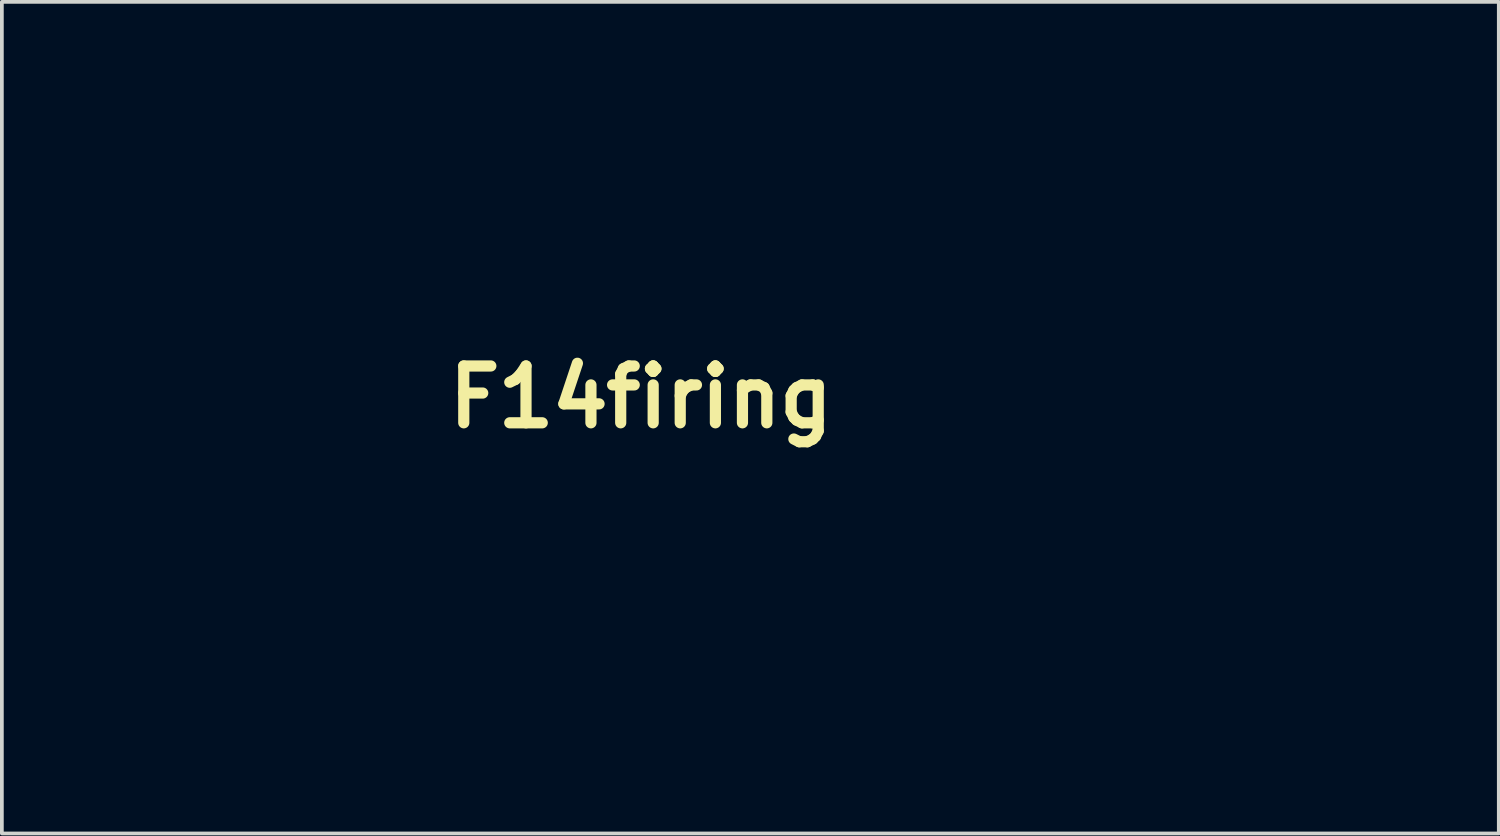
<source format=kicad_pcb>
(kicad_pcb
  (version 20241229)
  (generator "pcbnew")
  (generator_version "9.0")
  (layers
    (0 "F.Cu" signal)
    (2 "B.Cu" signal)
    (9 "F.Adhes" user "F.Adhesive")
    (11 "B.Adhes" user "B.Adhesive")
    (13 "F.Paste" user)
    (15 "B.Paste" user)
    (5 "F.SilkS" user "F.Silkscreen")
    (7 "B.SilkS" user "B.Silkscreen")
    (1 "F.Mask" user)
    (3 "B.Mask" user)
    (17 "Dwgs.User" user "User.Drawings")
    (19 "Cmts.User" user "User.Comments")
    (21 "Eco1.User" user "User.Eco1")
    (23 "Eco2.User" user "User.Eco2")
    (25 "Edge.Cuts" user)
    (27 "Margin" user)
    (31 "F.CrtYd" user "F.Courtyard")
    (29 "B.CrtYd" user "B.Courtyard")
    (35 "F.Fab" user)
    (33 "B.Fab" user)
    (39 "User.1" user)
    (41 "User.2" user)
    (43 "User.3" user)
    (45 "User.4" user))
  (footprint "F14firing"
    (layer "F.Cu")
    (at 14.143 7.601)
    (property "Reference" "F14firing" (at 0 0 0) (layer "F.SilkS") (effects (font (size 1.524 1.524) (thickness 0.3))))
    (attr board_only exclude_from_pos_files exclude_from_bom)
    (fp_poly (pts (xy 18.43 3.61) (xy 18.505 3.614) (xy 18.569 3.622) (xy 18.633 3.637) (xy 18.708 3.66) (xy 18.782 3.685) (xy 18.857 3.712) (xy 18.922 3.737) (xy 18.969 3.756) (xy 18.992 3.767) (xy 18.993 3.767) (xy 19.017 3.779) (xy 19.06 3.796) (xy 19.098 3.809) (xy 19.168 3.833) (xy 19.241 3.862) (xy 19.271 3.875) (xy 19.385 3.91) (xy 19.512 3.924) (xy 19.64 3.916) (xy 19.683 3.907) (xy 19.761 3.893) (xy 19.847 3.884) (xy 19.899 3.882) (xy 20.008 3.881) (xy 20.008 6.49) (xy 19.842 6.525) (xy 19.744 6.545) (xy 19.663 6.56) (xy 19.591 6.571) (xy 19.521 6.578) (xy 19.445 6.582) (xy 19.354 6.584) (xy 19.242 6.585) (xy 19.188 6.585) (xy 19.046 6.584) (xy 18.931 6.581) (xy 18.836 6.574) (xy 18.755 6.563) (xy 18.682 6.547) (xy 18.611 6.526) (xy 18.555 6.505) (xy 18.439 6.464) (xy 18.346 6.436) (xy 18.269 6.423) (xy 18.203 6.421) (xy 18.181 6.423) (xy 18.143 6.426) (xy 18.077 6.43) (xy 17.99 6.434) (xy 17.887 6.438) (xy 17.773 6.443) (xy 17.678 6.446) (xy 17.546 6.45) (xy 17.441 6.455) (xy 17.356 6.459) (xy 17.283 6.465) (xy 17.218 6.473) (xy 17.153 6.484) (xy 17.082 6.498) (xy 16.998 6.515) (xy 16.979 6.519) (xy 16.881 6.541) (xy 16.787 6.56) (xy 16.705 6.577) (xy 16.642 6.59) (xy 16.614 6.595) (xy 16.547 6.608) (xy 16.478 6.621) (xy 16.452 6.626) (xy 16.395 6.637) (xy 16.324 6.65) (xy 16.273 6.658) (xy 16.229 6.666) (xy 16.188 6.675) (xy 16.143 6.688) (xy 16.088 6.707) (xy 16.017 6.733) (xy 15.924 6.769) (xy 15.899 6.778) (xy 15.871 6.789) (xy 15.842 6.797) (xy 15.809 6.803) (xy 15.767 6.807) (xy 15.712 6.809) (xy 15.639 6.811) (xy 15.543 6.811) (xy 15.421 6.81) (xy 15.38 6.81) (xy 15.261 6.809) (xy 15.117 6.808) (xy 14.954 6.806) (xy 14.781 6.804) (xy 14.603 6.801) (xy 14.429 6.799) (xy 14.292 6.797) (xy 14.117 6.794) (xy 13.97 6.792) (xy 13.847 6.792) (xy 13.745 6.792) (xy 13.658 6.795) (xy 13.583 6.799) (xy 13.515 6.806) (xy 13.451 6.814) (xy 13.386 6.825) (xy 13.317 6.839) (xy 13.277 6.847) (xy 13.204 6.862) (xy 13.131 6.878) (xy 13.082 6.888) (xy 13.02 6.902) (xy 12.962 6.92) (xy 12.944 6.926) (xy 12.902 6.942) (xy 12.841 6.965) (xy 12.772 6.991) (xy 12.749 7) (xy 12.675 7.03) (xy 12.603 7.063) (xy 12.546 7.093) (xy 12.535 7.099) (xy 12.448 7.146) (xy 12.341 7.192) (xy 12.224 7.233) (xy 12.109 7.264) (xy 12.089 7.269) (xy 12.013 7.279) (xy 11.915 7.285) (xy 11.804 7.288) (xy 11.689 7.286) (xy 11.579 7.28) (xy 11.485 7.271) (xy 11.441 7.263) (xy 11.393 7.253) (xy 11.323 7.238) (xy 11.24 7.221) (xy 11.161 7.204) (xy 10.962 7.161) (xy 10.276 7.168) (xy 10.124 7.17) (xy 9.978 7.173) (xy 9.841 7.176) (xy 9.718 7.179) (xy 9.613 7.183) (xy 9.53 7.187) (xy 9.474 7.191) (xy 9.46 7.193) (xy 9.394 7.201) (xy 9.306 7.209) (xy 9.207 7.218) (xy 9.109 7.225) (xy 9.095 7.226) (xy 8.869 7.249) (xy 8.639 7.288) (xy 8.616 7.292) (xy 8.513 7.313) (xy 8.422 7.328) (xy 8.331 7.34) (xy 8.232 7.348) (xy 8.113 7.355) (xy 8.055 7.357) (xy 8.008 7.36) (xy 7.931 7.365) (xy 7.824 7.373) (xy 7.69 7.383) (xy 7.53 7.395) (xy 7.346 7.409) (xy 7.14 7.425) (xy 6.913 7.443) (xy 6.667 7.463) (xy 6.404 7.484) (xy 6.125 7.506) (xy 5.833 7.53) (xy 5.527 7.555) (xy 5.212 7.581) (xy 4.887 7.607) (xy 4.555 7.635) (xy 4.287 7.657) (xy 3.877 7.691) (xy 3.497 7.723) (xy 3.148 7.752) (xy 2.827 7.779) (xy 2.535 7.803) (xy 2.271 7.826) (xy 2.032 7.846) (xy 1.818 7.865) (xy 1.628 7.881) (xy 1.461 7.896) (xy 1.316 7.91) (xy 1.191 7.921) (xy 1.086 7.931) (xy 1 7.94) (xy 0.932 7.948) (xy 0.88 7.954) (xy 0.843 7.959) (xy 0.821 7.964) (xy 0.813 7.967) (xy 0.801 7.983) (xy 0.798 8.006) (xy 0.804 8.045) (xy 0.817 8.094) (xy 0.838 8.197) (xy 0.844 8.28) (xy 0.833 8.34) (xy 0.815 8.369) (xy 0.785 8.385) (xy 0.729 8.403) (xy 0.655 8.422) (xy 0.57 8.44) (xy 0.48 8.457) (xy 0.392 8.469) (xy 0.38 8.47) (xy 0.324 8.475) (xy 0.291 8.473) (xy 0.27 8.463) (xy 0.254 8.443) (xy 0.234 8.398) (xy 0.227 8.356) (xy 0.223 8.306) (xy 0.212 8.251) (xy 0.21 8.246) (xy 0.196 8.206) (xy 0.177 8.189) (xy 0.142 8.186) (xy 0.141 8.186) (xy 0.085 8.19) (xy 0.05 8.203) (xy 0.033 8.23) (xy 0.029 8.28) (xy 0.03 8.329) (xy 0.031 8.404) (xy 0.022 8.453) (xy 0.001 8.48) (xy -0.036 8.492) (xy -0.071 8.494) (xy -0.131 8.499) (xy -0.197 8.51) (xy -0.211 8.513) (xy -0.244 8.517) (xy -0.305 8.522) (xy -0.391 8.527) (xy -0.498 8.531) (xy -0.622 8.536) (xy -0.759 8.54) (xy -0.906 8.543) (xy -0.926 8.544) (xy -1.079 8.547) (xy -1.233 8.551) (xy -1.381 8.555) (xy -1.518 8.558) (xy -1.639 8.562) (xy -1.739 8.565) (xy -1.811 8.567) (xy -1.924 8.571) (xy -2.008 8.571) (xy -2.068 8.567) (xy -2.108 8.556) (xy -2.131 8.539) (xy -2.141 8.514) (xy -2.144 8.486) (xy -2.147 8.448) (xy -2.154 8.43) (xy -2.156 8.429) (xy -2.175 8.432) (xy -2.221 8.441) (xy -2.287 8.454) (xy -2.369 8.471) (xy -2.444 8.486) (xy -2.544 8.505) (xy -2.64 8.521) (xy -2.726 8.534) (xy -2.794 8.541) (xy -2.823 8.542) (xy -2.912 8.548) (xy -3.022 8.564) (xy -3.144 8.588) (xy -3.27 8.619) (xy -3.39 8.654) (xy -3.4 8.657) (xy -3.545 8.705) (xy -4.099 8.703) (xy -4.233 8.702) (xy -4.359 8.701) (xy -4.473 8.699) (xy -4.571 8.696) (xy -4.647 8.693) (xy -4.699 8.69) (xy -4.718 8.688) (xy -4.768 8.681) (xy -4.835 8.676) (xy -4.905 8.673) (xy -4.988 8.669) (xy -5.079 8.66) (xy -5.144 8.65) (xy -5.232 8.629) (xy -5.287 8.605) (xy -5.31 8.578) (xy -5.301 8.548) (xy -5.259 8.515) (xy -5.186 8.478) (xy -5.083 8.44) (xy -5.031 8.421) (xy -4.956 8.393) (xy -4.863 8.357) (xy -4.76 8.317) (xy -4.653 8.275) (xy -4.62 8.262) (xy -4.447 8.195) (xy -4.299 8.143) (xy -4.175 8.106) (xy -4.101 8.088) (xy -4.012 8.069) (xy -3.92 8.048) (xy -3.838 8.029) (xy -3.8 8.02) (xy -3.722 8.002) (xy -3.638 7.988) (xy -3.573 7.98) (xy -3.53 7.975) (xy -3.46 7.964) (xy -3.369 7.948) (xy -3.261 7.928) (xy -3.141 7.906) (xy -3.016 7.882) (xy -2.988 7.877) (xy -2.865 7.852) (xy -2.749 7.829) (xy -2.645 7.809) (xy -2.558 7.792) (xy -2.493 7.78) (xy -2.453 7.773) (xy -2.448 7.772) (xy -2.399 7.756) (xy -2.373 7.727) (xy -2.371 7.722) (xy -2.358 7.697) (xy -2.337 7.675) (xy -2.305 7.655) (xy -2.258 7.636) (xy -2.191 7.616) (xy -2.103 7.595) (xy -1.989 7.57) (xy -1.894 7.55) (xy -1.731 7.515) (xy -1.592 7.482) (xy -1.478 7.451) (xy -1.393 7.423) (xy -1.38 7.418) (xy -1.275 7.378) (xy -1.173 7.342) (xy -1.065 7.309) (xy -0.942 7.275) (xy -0.796 7.239) (xy -0.788 7.237) (xy -0.699 7.214) (xy -0.615 7.192) (xy -0.544 7.172) (xy -0.495 7.157) (xy -0.487 7.154) (xy -0.411 7.133) (xy -0.344 7.128) (xy -0.294 7.139) (xy -0.284 7.146) (xy -0.268 7.175) (xy -0.26 7.219) (xy -0.26 7.225) (xy -0.253 7.295) (xy -0.237 7.362) (xy -0.213 7.414) (xy -0.201 7.429) (xy -0.163 7.449) (xy -0.11 7.453) (xy -0.06 7.443) (xy -0.041 7.433) (xy -0.028 7.419) (xy -0.02 7.4) (xy -0.019 7.369) (xy -0.023 7.32) (xy -0.033 7.249) (xy -0.042 7.19) (xy -0.045 7.142) (xy -0.035 7.109) (xy -0.034 7.108) (xy -0.012 7.097) (xy 0.036 7.084) (xy 0.105 7.068) (xy 0.188 7.053) (xy 0.218 7.048) (xy 0.323 7.032) (xy 0.402 7.023) (xy 0.458 7.024) (xy 0.496 7.036) (xy 0.521 7.06) (xy 0.538 7.097) (xy 0.551 7.15) (xy 0.552 7.158) (xy 0.566 7.228) (xy 0.577 7.272) (xy 0.588 7.295) (xy 0.601 7.302) (xy 0.62 7.299) (xy 0.63 7.297) (xy 0.708 7.287) (xy 0.771 7.304) (xy 0.805 7.333) (xy 0.839 7.374) (xy 3.68 6.798) (xy 3.979 6.737) (xy 4.269 6.677) (xy 4.55 6.62) (xy 4.82 6.565) (xy 5.076 6.512) (xy 5.317 6.462) (xy 5.543 6.415) (xy 5.75 6.372) (xy 5.937 6.333) (xy 6.104 6.297) (xy 6.247 6.267) (xy 6.366 6.241) (xy 6.459 6.221) (xy 6.524 6.206) (xy 6.559 6.197) (xy 6.565 6.195) (xy 6.609 6.176) (xy 6.667 6.16) (xy 6.687 6.155) (xy 6.745 6.144) (xy 6.817 6.13) (xy 6.878 6.117) (xy 6.948 6.103) (xy 7.035 6.087) (xy 7.122 6.071) (xy 7.146 6.067) (xy 7.274 6.043) (xy 7.384 6.022) (xy 7.489 5.999) (xy 7.552 5.985) (xy 7.608 5.973) (xy 7.684 5.958) (xy 7.766 5.943) (xy 7.804 5.936) (xy 7.877 5.922) (xy 7.942 5.909) (xy 7.99 5.897) (xy 8.007 5.892) (xy 8.035 5.886) (xy 8.091 5.879) (xy 8.166 5.872) (xy 8.257 5.866) (xy 8.348 5.861) (xy 8.45 5.855) (xy 8.546 5.849) (xy 8.63 5.842) (xy 8.695 5.835) (xy 8.729 5.83) (xy 8.796 5.816) (xy 8.864 5.802) (xy 8.884 5.798) (xy 8.926 5.79) (xy 8.993 5.776) (xy 9.074 5.759) (xy 9.163 5.74) (xy 9.184 5.736) (xy 9.28 5.716) (xy 9.378 5.695) (xy 9.466 5.676) (xy 9.535 5.662) (xy 9.541 5.661) (xy 9.692 5.626) (xy 9.819 5.588) (xy 9.907 5.555) (xy 10.036 5.502) (xy 10.151 5.462) (xy 10.265 5.428) (xy 10.392 5.399) (xy 10.432 5.39) (xy 10.494 5.377) (xy 10.548 5.367) (xy 10.598 5.359) (xy 10.648 5.353) (xy 10.704 5.349) (xy 10.77 5.346) (xy 10.85 5.344) (xy 10.95 5.343) (xy 11.073 5.343) (xy 11.204 5.343) (xy 11.358 5.343) (xy 11.485 5.343) (xy 11.59 5.341) (xy 11.676 5.337) (xy 11.75 5.33) (xy 11.816 5.319) (xy 11.879 5.304) (xy 11.945 5.284) (xy 12.017 5.257) (xy 12.101 5.224) (xy 12.202 5.183) (xy 12.202 5.183) (xy 12.306 5.139) (xy 12.388 5.1) (xy 12.456 5.061) (xy 12.519 5.018) (xy 12.551 4.993) (xy 12.657 4.915) (xy 12.783 4.832) (xy 12.921 4.749) (xy 13.017 4.697) (xy 13.123 4.646) (xy 13.244 4.599) (xy 13.364 4.561) (xy 13.431 4.545) (xy 13.517 4.528) (xy 13.593 4.514) (xy 13.668 4.505) (xy 13.75 4.498) (xy 13.847 4.493) (xy 13.967 4.489) (xy 13.994 4.488) (xy 14.305 4.479) (xy 14.506 4.548) (xy 14.585 4.576) (xy 14.655 4.602) (xy 14.711 4.625) (xy 14.743 4.64) (xy 14.745 4.641) (xy 14.802 4.668) (xy 14.883 4.694) (xy 14.981 4.718) (xy 15.088 4.738) (xy 15.194 4.752) (xy 15.208 4.753) (xy 15.332 4.75) (xy 15.403 4.735) (xy 15.466 4.719) (xy 15.547 4.7) (xy 15.629 4.682) (xy 15.648 4.678) (xy 15.726 4.66) (xy 15.805 4.64) (xy 15.87 4.623) (xy 15.883 4.619) (xy 15.947 4.602) (xy 16.01 4.587) (xy 16.038 4.581) (xy 16.084 4.571) (xy 16.116 4.561) (xy 16.121 4.559) (xy 16.143 4.551) (xy 16.191 4.536) (xy 16.259 4.517) (xy 16.339 4.495) (xy 16.427 4.472) (xy 16.516 4.449) (xy 16.549 4.441) (xy 16.642 4.413) (xy 16.756 4.369) (xy 16.884 4.312) (xy 17.02 4.245) (xy 17.157 4.171) (xy 17.263 4.11) (xy 17.342 4.062) (xy 17.412 4.021) (xy 17.467 3.989) (xy 17.502 3.969) (xy 17.514 3.963) (xy 17.53 3.955) (xy 17.567 3.933) (xy 17.619 3.902) (xy 17.654 3.88) (xy 17.72 3.841) (xy 17.783 3.807) (xy 17.833 3.782) (xy 17.848 3.776) (xy 17.906 3.753) (xy 17.961 3.727) (xy 17.964 3.725) (xy 18.019 3.698) (xy 18.075 3.675) (xy 18.076 3.674) (xy 18.157 3.644) (xy 18.219 3.624) (xy 18.27 3.613) (xy 18.32 3.608) (xy 18.38 3.608)) (stroke (width 0) (type solid)) (fill yes) (layer "F.Mask"))
    (fp_poly (pts (xy 3.435 -7.593) (xy 3.474 -7.574) (xy 3.492 -7.547) (xy 3.492 -7.544) (xy 3.497 -7.526) (xy 3.513 -7.48) (xy 3.539 -7.407) (xy 3.574 -7.308) (xy 3.618 -7.185) (xy 3.669 -7.041) (xy 3.728 -6.876) (xy 3.794 -6.693) (xy 3.866 -6.494) (xy 3.944 -6.279) (xy 4.026 -6.051) (xy 4.113 -5.812) (xy 4.203 -5.562) (xy 4.29 -5.325) (xy 4.413 -4.987) (xy 4.525 -4.679) (xy 4.626 -4.401) (xy 4.718 -4.151) (xy 4.8 -3.93) (xy 4.872 -3.736) (xy 4.934 -3.569) (xy 4.987 -3.429) (xy 5.031 -3.314) (xy 5.066 -3.225) (xy 5.093 -3.16) (xy 5.111 -3.119) (xy 5.121 -3.101) (xy 5.121 -3.101) (xy 5.144 -3.076) (xy 5.143 -3.049) (xy 5.136 -3.032) (xy 5.114 -2.995) (xy 5.079 -2.949) (xy 5.059 -2.926) (xy 5.029 -2.888) (xy 5.015 -2.861) (xy 5.016 -2.852) (xy 5.034 -2.85) (xy 5.083 -2.85) (xy 5.159 -2.851) (xy 5.26 -2.852) (xy 5.385 -2.853) (xy 5.531 -2.856) (xy 5.695 -2.859) (xy 5.875 -2.862) (xy 6.069 -2.866) (xy 6.274 -2.87) (xy 6.482 -2.875) (xy 7.933 -2.908) (xy 8.006 -2.978) (xy 8.026 -2.997) (xy 8.068 -3.037) (xy 8.131 -3.096) (xy 8.214 -3.174) (xy 8.316 -3.27) (xy 8.434 -3.382) (xy 8.569 -3.508) (xy 8.718 -3.649) (xy 8.881 -3.802) (xy 9.056 -3.966) (xy 9.241 -4.141) (xy 9.436 -4.324) (xy 9.639 -4.515) (xy 9.849 -4.713) (xy 10.053 -4.904) (xy 10.291 -5.128) (xy 10.519 -5.343) (xy 10.736 -5.548) (xy 10.94 -5.741) (xy 11.131 -5.922) (xy 11.307 -6.09) (xy 11.468 -6.243) (xy 11.613 -6.382) (xy 11.741 -6.504) (xy 11.849 -6.609) (xy 11.939 -6.696) (xy 12.008 -6.764) (xy 12.056 -6.812) (xy 12.081 -6.84) (xy 12.084 -6.843) (xy 12.118 -6.89) (xy 12.144 -6.915) (xy 12.172 -6.924) (xy 12.197 -6.925) (xy 12.225 -6.926) (xy 12.281 -6.927) (xy 12.363 -6.93) (xy 12.467 -6.933) (xy 12.588 -6.938) (xy 12.725 -6.943) (xy 12.873 -6.948) (xy 12.992 -6.953) (xy 13.178 -6.961) (xy 13.334 -6.967) (xy 13.464 -6.972) (xy 13.568 -6.976) (xy 13.651 -6.978) (xy 13.715 -6.98) (xy 13.763 -6.981) (xy 13.797 -6.98) (xy 13.82 -6.979) (xy 13.835 -6.977) (xy 13.844 -6.974) (xy 13.85 -6.97) (xy 13.856 -6.965) (xy 13.858 -6.963) (xy 13.863 -6.957) (xy 13.866 -6.946) (xy 13.865 -6.928) (xy 13.861 -6.901) (xy 13.851 -6.862) (xy 13.837 -6.81) (xy 13.817 -6.741) (xy 13.79 -6.654) (xy 13.756 -6.546) (xy 13.715 -6.414) (xy 13.665 -6.258) (xy 13.605 -6.073) (xy 13.579 -5.993) (xy 13.525 -5.824) (xy 13.474 -5.665) (xy 13.427 -5.518) (xy 13.386 -5.385) (xy 13.35 -5.269) (xy 13.321 -5.174) (xy 13.3 -5.1) (xy 13.286 -5.053) (xy 13.282 -5.033) (xy 13.282 -5.032) (xy 13.3 -5.031) (xy 13.347 -5.031) (xy 13.42 -5.032) (xy 13.515 -5.034) (xy 13.63 -5.038) (xy 13.76 -5.042) (xy 13.902 -5.048) (xy 14.007 -5.052) (xy 14.158 -5.058) (xy 14.301 -5.064) (xy 14.431 -5.069) (xy 14.546 -5.074) (xy 14.641 -5.078) (xy 14.713 -5.08) (xy 14.759 -5.082) (xy 14.773 -5.082) (xy 14.812 -5.077) (xy 14.83 -5.056) (xy 14.834 -5.045) (xy 14.831 -5.027) (xy 14.82 -4.989) (xy 14.8 -4.928) (xy 14.771 -4.844) (xy 14.732 -4.736) (xy 14.684 -4.604) (xy 14.625 -4.446) (xy 14.556 -4.261) (xy 14.475 -4.05) (xy 14.384 -3.81) (xy 14.281 -3.542) (xy 14.227 -3.401) (xy 14.144 -3.182) (xy 14.063 -2.972) (xy 13.987 -2.772) (xy 13.915 -2.585) (xy 13.849 -2.411) (xy 13.789 -2.255) (xy 13.737 -2.116) (xy 13.692 -1.998) (xy 13.656 -1.902) (xy 13.629 -1.831) (xy 13.612 -1.786) (xy 13.606 -1.77) (xy 13.609 -1.757) (xy 13.627 -1.751) (xy 13.667 -1.75) (xy 13.715 -1.751) (xy 13.827 -1.747) (xy 13.924 -1.723) (xy 14.003 -1.683) (xy 14.06 -1.629) (xy 14.091 -1.563) (xy 14.097 -1.519) (xy 14.091 -1.468) (xy 14.07 -1.421) (xy 14.033 -1.379) (xy 13.976 -1.338) (xy 13.896 -1.297) (xy 13.79 -1.254) (xy 13.656 -1.206) (xy 13.64 -1.201) (xy 13.528 -1.161) (xy 13.423 -1.117) (xy 13.328 -1.072) (xy 13.248 -1.028) (xy 13.187 -0.988) (xy 13.149 -0.953) (xy 13.138 -0.93) (xy 13.144 -0.916) (xy 13.163 -0.901) (xy 13.201 -0.885) (xy 13.259 -0.867) (xy 13.343 -0.844) (xy 13.413 -0.826) (xy 13.519 -0.798) (xy 13.599 -0.773) (xy 13.656 -0.748) (xy 13.698 -0.721) (xy 13.728 -0.688) (xy 13.751 -0.649) (xy 13.779 -0.583) (xy 13.799 -0.509) (xy 13.812 -0.422) (xy 13.818 -0.314) (xy 13.819 -0.181) (xy 13.819 -0.164) (xy 13.817 -0.069) (xy 13.818 -0.001) (xy 13.824 0.044) (xy 13.838 0.072) (xy 13.863 0.088) (xy 13.902 0.096) (xy 13.958 0.103) (xy 13.977 0.105) (xy 14.037 0.116) (xy 14.09 0.131) (xy 14.116 0.143) (xy 14.154 0.169) (xy 14.203 0.202) (xy 14.228 0.219) (xy 14.265 0.249) (xy 14.318 0.297) (xy 14.38 0.358) (xy 14.445 0.425) (xy 14.465 0.447) (xy 14.517 0.503) (xy 14.588 0.579) (xy 14.672 0.669) (xy 14.766 0.769) (xy 14.865 0.875) (xy 14.966 0.982) (xy 15.013 1.031) (xy 15.103 1.127) (xy 15.185 1.216) (xy 15.258 1.295) (xy 15.318 1.362) (xy 15.362 1.412) (xy 15.389 1.445) (xy 15.396 1.455) (xy 15.383 1.47) (xy 15.348 1.499) (xy 15.295 1.539) (xy 15.229 1.586) (xy 15.197 1.608) (xy 15.123 1.659) (xy 15.056 1.706) (xy 15.002 1.746) (xy 14.968 1.774) (xy 14.961 1.781) (xy 14.944 1.796) (xy 14.926 1.806) (xy 14.899 1.813) (xy 14.859 1.817) (xy 14.799 1.819) (xy 14.713 1.819) (xy 14.697 1.819) (xy 14.639 1.819) (xy 14.588 1.818) (xy 14.538 1.815) (xy 14.487 1.811) (xy 14.43 1.804) (xy 14.364 1.793) (xy 14.283 1.779) (xy 14.185 1.761) (xy 14.065 1.737) (xy 13.92 1.708) (xy 13.825 1.689) (xy 13.679 1.659) (xy 13.54 1.631) (xy 13.41 1.603) (xy 13.294 1.579) (xy 13.196 1.557) (xy 13.121 1.54) (xy 13.073 1.528) (xy 13.065 1.526) (xy 12.988 1.504) (xy 12.899 1.48) (xy 12.83 1.462) (xy 12.757 1.442) (xy 12.683 1.418) (xy 12.627 1.396) (xy 12.588 1.382) (xy 12.534 1.365) (xy 12.464 1.346) (xy 12.373 1.324) (xy 12.261 1.298) (xy 12.124 1.268) (xy 11.96 1.234) (xy 11.799 1.2) (xy 11.652 1.169) (xy 11.527 1.138) (xy 11.428 1.109) (xy 11.36 1.084) (xy 11.29 1.056) (xy 11.229 1.04) (xy 11.161 1.034) (xy 11.117 1.033) (xy 11.027 1.037) (xy 10.915 1.052) (xy 10.791 1.075) (xy 10.661 1.105) (xy 10.534 1.138) (xy 10.42 1.175) (xy 10.37 1.194) (xy 10.291 1.221) (xy 10.19 1.25) (xy 10.062 1.281) (xy 9.906 1.315) (xy 9.817 1.333) (xy 9.699 1.357) (xy 9.585 1.381) (xy 9.481 1.403) (xy 9.393 1.422) (xy 9.327 1.438) (xy 9.298 1.445) (xy 9.222 1.464) (xy 9.142 1.483) (xy 9.087 1.494) (xy 9.02 1.509) (xy 8.956 1.527) (xy 8.901 1.545) (xy 8.864 1.562) (xy 8.851 1.573) (xy 8.862 1.587) (xy 8.894 1.621) (xy 8.944 1.675) (xy 9.011 1.746) (xy 9.093 1.832) (xy 9.188 1.931) (xy 9.294 2.041) (xy 9.409 2.161) (xy 9.531 2.288) (xy 9.541 2.298) (xy 9.664 2.425) (xy 9.78 2.545) (xy 9.886 2.657) (xy 9.982 2.757) (xy 10.065 2.845) (xy 10.134 2.917) (xy 10.186 2.973) (xy 10.219 3.009) (xy 10.231 3.024) (xy 10.231 3.025) (xy 10.216 3.057) (xy 10.171 3.083) (xy 10.101 3.102) (xy 10.051 3.109) (xy 9.977 3.118) (xy 9.888 3.132) (xy 9.8 3.148) (xy 9.779 3.152) (xy 9.727 3.162) (xy 9.674 3.169) (xy 9.616 3.175) (xy 9.547 3.178) (xy 9.463 3.181) (xy 9.357 3.181) (xy 9.225 3.181) (xy 9.194 3.181) (xy 9.076 3.18) (xy 8.965 3.179) (xy 8.868 3.176) (xy 8.789 3.173) (xy 8.732 3.17) (xy 8.705 3.167) (xy 8.564 3.137) (xy 8.451 3.113) (xy 8.362 3.093) (xy 8.293 3.076) (xy 8.239 3.062) (xy 8.197 3.049) (xy 8.162 3.037) (xy 8.153 3.033) (xy 8.105 3.013) (xy 8.037 2.98) (xy 7.953 2.939) (xy 7.861 2.893) (xy 7.767 2.846) (xy 7.68 2.8) (xy 7.605 2.76) (xy 7.549 2.729) (xy 7.536 2.721) (xy 7.485 2.694) (xy 7.423 2.666) (xy 7.398 2.656) (xy 7.348 2.637) (xy 7.312 2.62) (xy 7.3 2.614) (xy 7.277 2.601) (xy 7.234 2.582) (xy 7.194 2.566) (xy 7.064 2.511) (xy 6.947 2.453) (xy 6.902 2.427) (xy 6.861 2.405) (xy 6.801 2.375) (xy 6.733 2.342) (xy 6.707 2.33) (xy 6.639 2.298) (xy 6.574 2.266) (xy 6.525 2.24) (xy 6.512 2.233) (xy 6.462 2.206) (xy 6.4 2.179) (xy 6.374 2.169) (xy 6.311 2.143) (xy 6.235 2.109) (xy 6.155 2.071) (xy 6.077 2.031) (xy 6.009 1.994) (xy 5.958 1.964) (xy 5.932 1.945) (xy 5.906 1.912) (xy 5.895 1.882) (xy 5.88 1.851) (xy 5.838 1.811) (xy 5.771 1.765) (xy 5.683 1.713) (xy 5.577 1.658) (xy 5.456 1.6) (xy 5.324 1.542) (xy 5.183 1.486) (xy 5.038 1.432) (xy 4.96 1.406) (xy 4.921 1.393) (xy 4.886 1.381) (xy 4.852 1.371) (xy 4.819 1.361) (xy 4.783 1.353) (xy 4.744 1.346) (xy 4.7 1.339) (xy 4.648 1.333) (xy 4.588 1.328) (xy 4.518 1.324) (xy 4.436 1.32) (xy 4.34 1.317) (xy 4.228 1.314) (xy 4.099 1.312) (xy 3.952 1.31) (xy 3.783 1.308) (xy 3.593 1.307) (xy 3.378 1.305) (xy 3.138 1.304) (xy 2.87 1.303) (xy 2.574 1.301) (xy 2.257 1.3) (xy 1.936 1.299) (xy 1.645 1.297) (xy 1.384 1.296) (xy 1.15 1.294) (xy 0.943 1.293) (xy 0.759 1.292) (xy 0.599 1.29) (xy 0.459 1.289) (xy 0.339 1.287) (xy 0.237 1.286) (xy 0.151 1.284) (xy 0.08 1.282) (xy 0.022 1.28) (xy -0.025 1.277) (xy -0.062 1.274) (xy -0.091 1.271) (xy -0.113 1.268) (xy -0.131 1.264) (xy -0.138 1.263) (xy -0.218 1.247) (xy -0.318 1.237) (xy -0.398 1.235) (xy -0.608 1.218) (xy -0.817 1.168) (xy -0.931 1.128) (xy -0.988 1.103) (xy -1.034 1.078) (xy -1.059 1.06) (xy -1.059 1.06) (xy -1.071 1.026) (xy -1.078 0.96) (xy -1.08 0.879) (xy -1.08 0.725) (xy -1.267 0.671) (xy -1.349 0.649) (xy -1.415 0.634) (xy -1.477 0.625) (xy -1.544 0.62) (xy -1.629 0.618) (xy -1.673 0.618) (xy -1.808 0.621) (xy -1.923 0.63) (xy -2.029 0.647) (xy -2.045 0.65) (xy -2.109 0.662) (xy -2.174 0.671) (xy -2.246 0.677) (xy -2.334 0.68) (xy -2.443 0.682) (xy -2.524 0.682) (xy -2.628 0.682) (xy -2.714 0.684) (xy -2.79 0.687) (xy -2.861 0.692) (xy -2.933 0.701) (xy -3.013 0.713) (xy -3.107 0.73) (xy -3.221 0.752) (xy -3.346 0.778) (xy -3.537 0.816) (xy -3.7 0.848) (xy -3.838 0.873) (xy -3.952 0.893) (xy -4.047 0.907) (xy -4.068 0.91) (xy -4.135 0.92) (xy -4.211 0.932) (xy -4.299 0.949) (xy -4.406 0.97) (xy -4.535 0.996) (xy -4.661 1.023) (xy -4.728 1.035) (xy -4.797 1.044) (xy -4.873 1.05) (xy -4.966 1.054) (xy -5.081 1.055) (xy -5.124 1.055) (xy -5.275 1.054) (xy -5.4 1.048) (xy -5.505 1.037) (xy -5.597 1.021) (xy -5.681 0.998) (xy -5.763 0.967) (xy -5.77 0.964) (xy -5.834 0.939) (xy -5.914 0.91) (xy -5.994 0.883) (xy -6.008 0.878) (xy -6.149 0.833) (xy -6.267 0.799) (xy -6.37 0.774) (xy -6.466 0.757) (xy -6.561 0.747) (xy -6.665 0.743) (xy -6.784 0.745) (xy -6.925 0.75) (xy -6.943 0.751) (xy -7.1 0.76) (xy -7.246 0.772) (xy -7.373 0.788) (xy -7.454 0.801) (xy -7.495 0.808) (xy -7.535 0.814) (xy -7.578 0.819) (xy -7.626 0.824) (xy -7.682 0.828) (xy -7.749 0.831) (xy -7.831 0.834) (xy -7.929 0.837) (xy -8.047 0.839) (xy -8.187 0.841) (xy -8.354 0.843) (xy -8.548 0.846) (xy -8.632 0.846) (xy -8.812 0.849) (xy -8.987 0.851) (xy -9.151 0.854) (xy -9.302 0.858) (xy -9.438 0.861) (xy -9.553 0.864) (xy -9.646 0.868) (xy -9.713 0.871) (xy -9.749 0.874) (xy -9.85 0.893) (xy -9.941 0.924) (xy -10.036 0.973) (xy -10.069 0.993) (xy -10.108 1.016) (xy -10.167 1.048) (xy -10.235 1.085) (xy -10.272 1.104) (xy -10.356 1.149) (xy -10.449 1.2) (xy -10.536 1.248) (xy -10.556 1.259) (xy -10.609 1.289) (xy -10.653 1.311) (xy -10.693 1.326) (xy -10.737 1.334) (xy -10.79 1.336) (xy -10.857 1.334) (xy -10.945 1.327) (xy -11.052 1.318) (xy -11.239 1.295) (xy -11.396 1.265) (xy -11.524 1.227) (xy -11.624 1.179) (xy -11.698 1.122) (xy -11.747 1.055) (xy -11.762 1.019) (xy -11.785 0.95) (xy -11.938 0.938) (xy -12.021 0.93) (xy -12.107 0.919) (xy -12.18 0.907) (xy -12.197 0.903) (xy -12.267 0.889) (xy -12.34 0.876) (xy -12.383 0.87) (xy -12.433 0.862) (xy -12.505 0.849) (xy -12.594 0.833) (xy -12.696 0.814) (xy -12.805 0.793) (xy -12.916 0.771) (xy -13.023 0.749) (xy -13.122 0.728) (xy -13.207 0.71) (xy -13.273 0.696) (xy -13.315 0.685) (xy -13.325 0.682) (xy -13.357 0.673) (xy -13.414 0.658) (xy -13.49 0.641) (xy -13.578 0.621) (xy -13.639 0.609) (xy -13.764 0.581) (xy -13.861 0.555) (xy -13.937 0.528) (xy -13.996 0.499) (xy -14.045 0.464) (xy -14.087 0.421) (xy -14.095 0.41) (xy -14.129 0.36) (xy -14.143 0.312) (xy -14.137 0.262) (xy -14.108 0.21) (xy -14.056 0.152) (xy -13.979 0.086) (xy -13.875 0.011) (xy -13.776 -0.055) (xy -13.712 -0.096) (xy -13.658 -0.13) (xy -13.62 -0.153) (xy -13.604 -0.162) (xy -13.604 -0.162) (xy -13.587 -0.17) (xy -13.55 -0.19) (xy -13.5 -0.219) (xy -13.487 -0.226) (xy -13.416 -0.265) (xy -13.332 -0.305) (xy -13.251 -0.34) (xy -13.246 -0.342) (xy -13.178 -0.37) (xy -13.092 -0.408) (xy -13 -0.45) (xy -12.919 -0.488) (xy -12.854 -0.518) (xy -12.765 -0.557) (xy -12.657 -0.604) (xy -12.535 -0.655) (xy -12.406 -0.708) (xy -12.274 -0.761) (xy -12.229 -0.779) (xy -12.105 -0.829) (xy -11.987 -0.876) (xy -11.879 -0.919) (xy -11.785 -0.957) (xy -11.711 -0.987) (xy -11.66 -1.007) (xy -11.644 -1.014) (xy -11.588 -1.035) (xy -11.513 -1.059) (xy -11.43 -1.083) (xy -11.386 -1.095) (xy -11.212 -1.143) (xy -11.069 -1.188) (xy -10.958 -1.231) (xy -10.904 -1.257) (xy -10.859 -1.276) (xy -10.791 -1.299) (xy -10.708 -1.323) (xy -10.62 -1.346) (xy -10.606 -1.349) (xy -10.466 -1.383) (xy -10.35 -1.416) (xy -10.249 -1.451) (xy -10.155 -1.49) (xy -10.061 -1.538) (xy -9.958 -1.597) (xy -9.951 -1.601) (xy -9.833 -1.671) (xy -9.739 -1.727) (xy -9.664 -1.771) (xy -9.606 -1.804) (xy -9.56 -1.83) (xy -9.522 -1.85) (xy -9.488 -1.866) (xy -9.455 -1.881) (xy -9.436 -1.889) (xy -9.367 -1.92) (xy -9.296 -1.952) (xy -9.249 -1.974) (xy -9.193 -2) (xy -9.122 -2.033) (xy -9.051 -2.065) (xy -9.046 -2.067) (xy -8.984 -2.098) (xy -8.931 -2.129) (xy -8.896 -2.155) (xy -8.892 -2.159) (xy -8.873 -2.179) (xy -8.853 -2.195) (xy -8.826 -2.212) (xy -8.789 -2.229) (xy -8.739 -2.248) (xy -8.671 -2.272) (xy -8.581 -2.301) (xy -8.466 -2.337) (xy -8.404 -2.356) (xy -8.342 -2.374) (xy -8.262 -2.395) (xy -8.18 -2.414) (xy -8.161 -2.419) (xy -8.085 -2.436) (xy -8.012 -2.456) (xy -7.955 -2.473) (xy -7.942 -2.477) (xy -7.869 -2.501) (xy -7.772 -2.527) (xy -7.656 -2.556) (xy -7.526 -2.586) (xy -7.387 -2.616) (xy -7.245 -2.646) (xy -7.104 -2.673) (xy -6.971 -2.698) (xy -6.849 -2.718) (xy -6.744 -2.733) (xy -6.662 -2.742) (xy -6.618 -2.745) (xy -6.562 -2.748) (xy -6.49 -2.757) (xy -6.417 -2.77) (xy -6.414 -2.77) (xy -6.362 -2.777) (xy -6.283 -2.782) (xy -6.18 -2.787) (xy -6.058 -2.79) (xy -5.922 -2.792) (xy -5.776 -2.792) (xy -5.625 -2.792) (xy -5.472 -2.79) (xy -5.322 -2.788) (xy -5.18 -2.784) (xy -5.05 -2.78) (xy -4.935 -2.775) (xy -4.842 -2.768) (xy -4.773 -2.761) (xy -4.742 -2.756) (xy -4.674 -2.741) (xy -4.59 -2.726) (xy -4.506 -2.714) (xy -4.49 -2.712) (xy -4.339 -2.689) (xy -4.17 -2.654) (xy -3.995 -2.61) (xy -3.979 -2.606) (xy -3.89 -2.581) (xy -1.991 -3.036) (xy -1.748 -3.095) (xy -1.513 -3.151) (xy -1.289 -3.205) (xy -1.078 -3.257) (xy -0.881 -3.305) (xy -0.7 -3.349) (xy -0.538 -3.389) (xy -0.396 -3.425) (xy -0.276 -3.455) (xy -0.181 -3.479) (xy -0.111 -3.497) (xy -0.07 -3.509) (xy -0.06 -3.513) (xy -0.048 -3.532) (xy -0.024 -3.581) (xy 0.012 -3.661) (xy 0.059 -3.77) (xy 0.119 -3.91) (xy 0.19 -4.08) (xy 0.274 -4.28) (xy 0.369 -4.51) (xy 0.476 -4.77) (xy 0.595 -5.06) (xy 0.701 -5.319) (xy 0.794 -5.548) (xy 0.885 -5.769) (xy 0.971 -5.98) (xy 1.053 -6.179) (xy 1.129 -6.364) (xy 1.198 -6.533) (xy 1.261 -6.684) (xy 1.316 -6.816) (xy 1.361 -6.926) (xy 1.398 -7.013) (xy 1.424 -7.075) (xy 1.44 -7.11) (xy 1.443 -7.118) (xy 1.465 -7.127) (xy 1.51 -7.141) (xy 1.57 -7.156) (xy 1.597 -7.162) (xy 1.665 -7.178) (xy 1.723 -7.194) (xy 1.762 -7.207) (xy 1.77 -7.21) (xy 1.796 -7.22) (xy 1.848 -7.235) (xy 1.92 -7.253) (xy 2.005 -7.274) (xy 2.075 -7.291) (xy 2.175 -7.314) (xy 2.273 -7.339) (xy 2.361 -7.361) (xy 2.431 -7.38) (xy 2.46 -7.389) (xy 2.59 -7.428) (xy 2.726 -7.466) (xy 2.863 -7.501) (xy 2.995 -7.533) (xy 3.118 -7.56) (xy 3.226 -7.581) (xy 3.314 -7.595) (xy 3.377 -7.6) (xy 3.381 -7.601)) (stroke (width 0) (type solid)) (fill yes) (layer "F.Mask")))
  (gr_rect
    (start -3 -3)
    (end 37.151 19.305)
    (stroke (width 0.1) (type default))
    (fill no)
    (layer "Edge.Cuts")))
</source>
